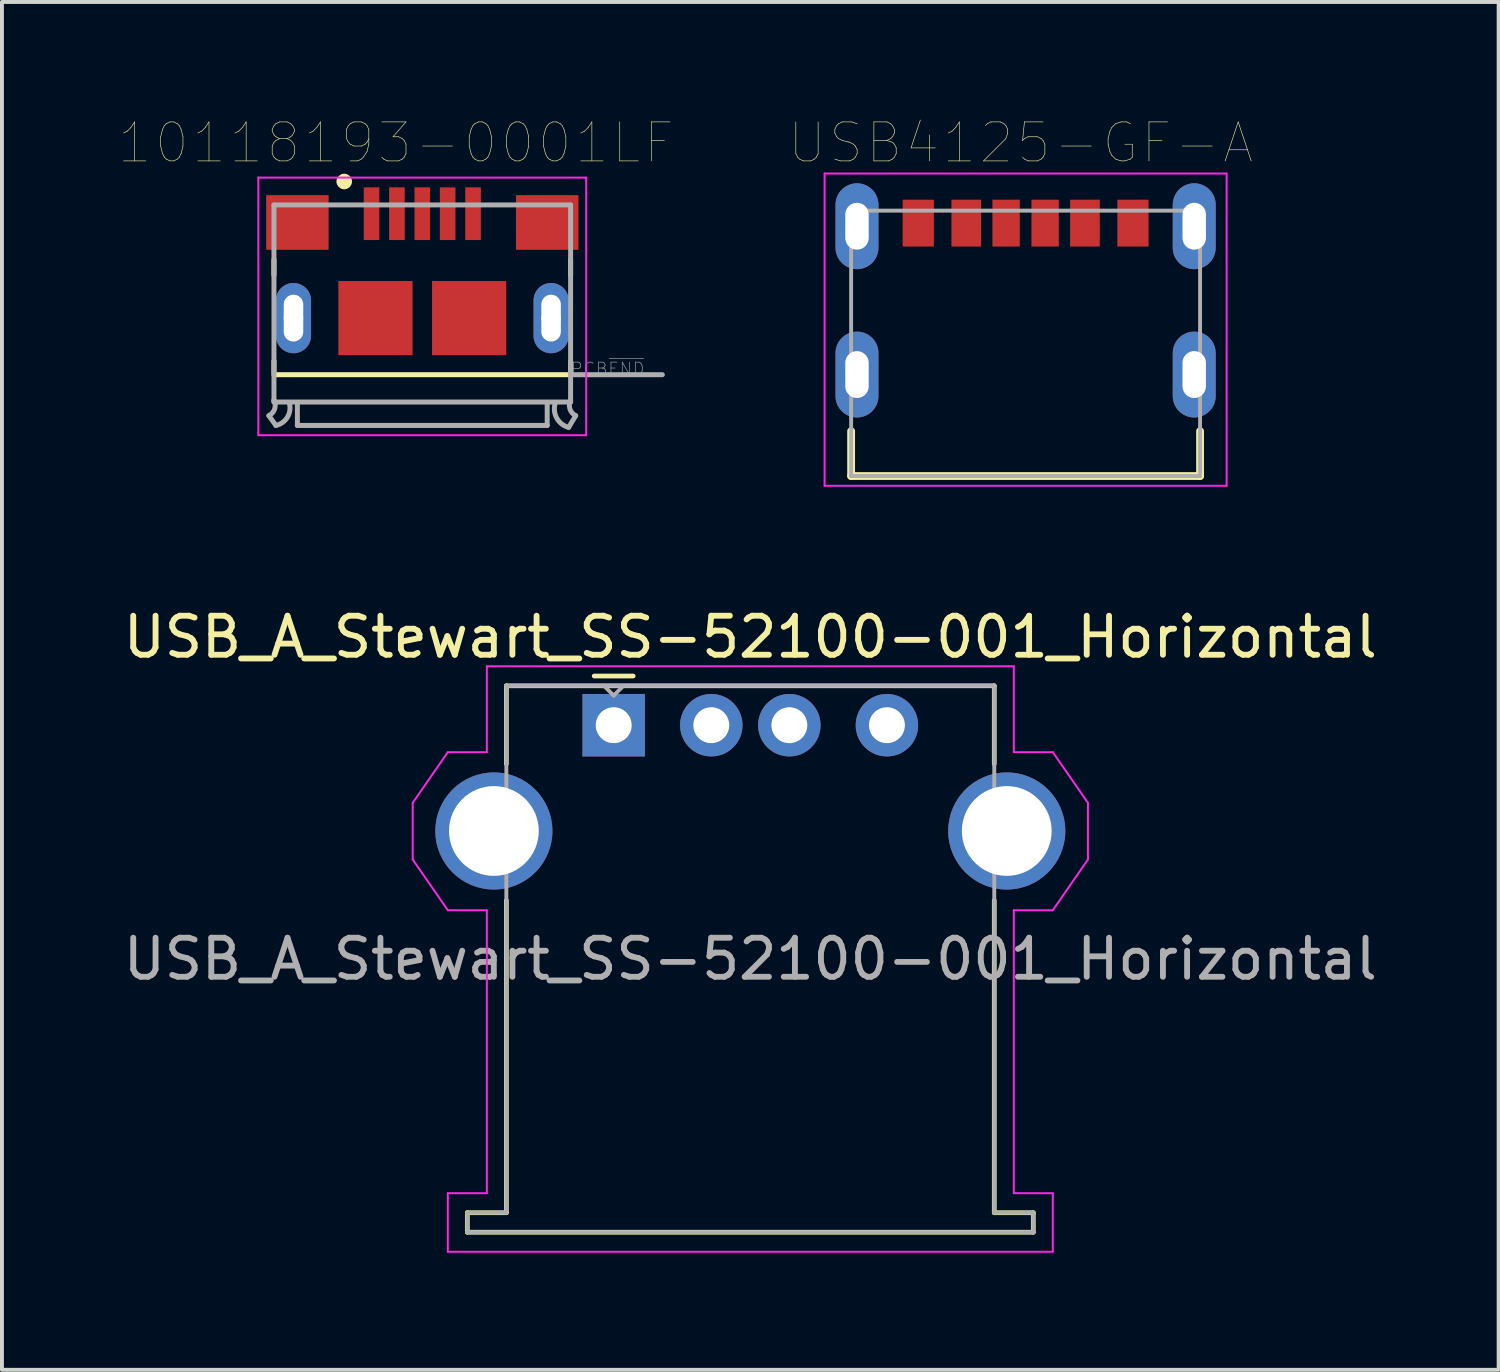
<source format=kicad_pcb>
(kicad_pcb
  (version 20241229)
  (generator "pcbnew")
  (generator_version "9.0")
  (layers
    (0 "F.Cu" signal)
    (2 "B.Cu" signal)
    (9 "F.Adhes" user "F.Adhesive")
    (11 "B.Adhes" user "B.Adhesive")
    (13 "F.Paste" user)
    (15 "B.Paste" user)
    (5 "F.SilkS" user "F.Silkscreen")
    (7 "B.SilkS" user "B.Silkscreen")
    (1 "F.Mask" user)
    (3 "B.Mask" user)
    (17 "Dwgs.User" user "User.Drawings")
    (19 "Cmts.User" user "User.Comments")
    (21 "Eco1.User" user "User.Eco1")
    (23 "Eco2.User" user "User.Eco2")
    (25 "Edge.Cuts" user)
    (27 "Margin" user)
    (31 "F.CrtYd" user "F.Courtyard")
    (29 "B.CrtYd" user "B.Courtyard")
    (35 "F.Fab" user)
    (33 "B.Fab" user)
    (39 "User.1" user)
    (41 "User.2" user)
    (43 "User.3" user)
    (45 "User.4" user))
  (footprint "USB_A_Stewart_SS-52100-001_Horizontal"
    (layer "F.Cu")
    (at 12.673 15.53)
    (property "Reference" "USB_A_Stewart_SS-52100-001_Horizontal" (at 3.5 -2.26 0) (layer "F.SilkS") (effects (font (size 1 1) (thickness 0.15))))
    (attr through_hole)
    (fp_line (start -3.75 12.49) (end -3.75 12.99) (stroke (width 0.12) (type solid)) (layer "F.SilkS"))
    (fp_line (start -3.75 12.99) (end 10.75 12.99) (stroke (width 0.12) (type solid)) (layer "F.SilkS"))
    (fp_line (start -2.75 -1.01) (end -2.75 0.99) (stroke (width 0.12) (type solid)) (layer "F.SilkS"))
    (fp_line (start -2.75 4.49) (end -2.75 12.49) (stroke (width 0.12) (type solid)) (layer "F.SilkS"))
    (fp_line (start -2.75 12.49) (end -3.75 12.49) (stroke (width 0.12) (type solid)) (layer "F.SilkS"))
    (fp_line (start -0.5 -1.26) (end 0.5 -1.26) (stroke (width 0.12) (type solid)) (layer "F.SilkS"))
    (fp_line (start 9.75 -1.01) (end -2.75 -1.01) (stroke (width 0.12) (type solid)) (layer "F.SilkS"))
    (fp_line (start 9.75 0.99) (end 9.75 -1.01) (stroke (width 0.12) (type solid)) (layer "F.SilkS"))
    (fp_line (start 9.75 12.49) (end 9.75 4.49) (stroke (width 0.12) (type solid)) (layer "F.SilkS"))
    (fp_line (start 10.75 12.49) (end 9.75 12.49) (stroke (width 0.12) (type solid)) (layer "F.SilkS"))
    (fp_line (start 10.75 12.99) (end 10.75 12.49) (stroke (width 0.12) (type solid)) (layer "F.SilkS"))
    (fp_line (start -5.15 1.99) (end -4.25 0.69) (stroke (width 0.05) (type solid)) (layer "F.CrtYd"))
    (fp_line (start -5.15 3.44) (end -5.15 1.99) (stroke (width 0.05) (type solid)) (layer "F.CrtYd"))
    (fp_line (start -5.15 3.44) (end -4.25 4.74) (stroke (width 0.05) (type solid)) (layer "F.CrtYd"))
    (fp_line (start -4.25 11.99) (end -4.25 13.49) (stroke (width 0.05) (type solid)) (layer "F.CrtYd"))
    (fp_line (start -4.25 13.49) (end 11.25 13.49) (stroke (width 0.05) (type solid)) (layer "F.CrtYd"))
    (fp_line (start -3.25 0.69) (end -4.25 0.69) (stroke (width 0.05) (type solid)) (layer "F.CrtYd"))
    (fp_line (start -3.25 0.69) (end -3.25 -1.51) (stroke (width 0.05) (type solid)) (layer "F.CrtYd"))
    (fp_line (start -3.25 4.74) (end -4.25 4.74) (stroke (width 0.05) (type solid)) (layer "F.CrtYd"))
    (fp_line (start -3.25 4.74) (end -3.25 11.99) (stroke (width 0.05) (type solid)) (layer "F.CrtYd"))
    (fp_line (start -3.25 11.99) (end -4.25 11.99) (stroke (width 0.05) (type solid)) (layer "F.CrtYd"))
    (fp_line (start 10.25 -1.51) (end -3.25 -1.51) (stroke (width 0.05) (type solid)) (layer "F.CrtYd"))
    (fp_line (start 10.25 0.69) (end 10.25 -1.51) (stroke (width 0.05) (type solid)) (layer "F.CrtYd"))
    (fp_line (start 10.25 0.69) (end 11.25 0.69) (stroke (width 0.05) (type solid)) (layer "F.CrtYd"))
    (fp_line (start 10.25 4.74) (end 11.25 4.74) (stroke (width 0.05) (type solid)) (layer "F.CrtYd"))
    (fp_line (start 10.25 11.99) (end 10.25 4.74) (stroke (width 0.05) (type solid)) (layer "F.CrtYd"))
    (fp_line (start 11.25 11.99) (end 10.25 11.99) (stroke (width 0.05) (type solid)) (layer "F.CrtYd"))
    (fp_line (start 11.25 13.49) (end 11.25 11.99) (stroke (width 0.05) (type solid)) (layer "F.CrtYd"))
    (fp_line (start 12.15 1.99) (end 11.25 0.69) (stroke (width 0.05) (type solid)) (layer "F.CrtYd"))
    (fp_line (start 12.15 1.99) (end 12.15 3.44) (stroke (width 0.05) (type solid)) (layer "F.CrtYd"))
    (fp_line (start 12.15 3.44) (end 11.25 4.74) (stroke (width 0.05) (type solid)) (layer "F.CrtYd"))
    (fp_line (start -3.75 12.49) (end -2.75 12.49) (stroke (width 0.1) (type solid)) (layer "F.Fab"))
    (fp_line (start -3.75 12.99) (end -3.75 12.49) (stroke (width 0.1) (type solid)) (layer "F.Fab"))
    (fp_line (start -3.75 12.99) (end 10.75 12.99) (stroke (width 0.1) (type solid)) (layer "F.Fab"))
    (fp_line (start -2.75 -1.01) (end 9.75 -1.01) (stroke (width 0.1) (type solid)) (layer "F.Fab"))
    (fp_line (start -2.75 12.49) (end -2.75 -1.01) (stroke (width 0.1) (type solid)) (layer "F.Fab"))
    (fp_line (start -0.25 -1.01) (end 0 -0.76) (stroke (width 0.1) (type solid)) (layer "F.Fab"))
    (fp_line (start 0 -0.76) (end 0.25 -1.01) (stroke (width 0.1) (type solid)) (layer "F.Fab"))
    (fp_line (start 9.75 12.49) (end 9.75 -1.01) (stroke (width 0.1) (type solid)) (layer "F.Fab"))
    (fp_line (start 9.75 12.49) (end 10.75 12.49) (stroke (width 0.1) (type solid)) (layer "F.Fab"))
    (fp_line (start 10.75 12.49) (end 10.75 12.99) (stroke (width 0.1) (type solid)) (layer "F.Fab"))
    (fp_text user "${REFERENCE}" (at 3.5 5.99 0) (layer "F.Fab") (effects (font (size 1 1) (thickness 0.15))))
    (pad "1" thru_hole rect (at 0 0) (size 1.6 1.6) (drill 0.92) (layers "*.Cu" "*.Mask"))
    (pad "2" thru_hole circle (at 2.5 0) (size 1.6 1.6) (drill 0.92) (layers "*.Cu" "*.Mask"))
    (pad "3" thru_hole circle (at 4.5 0) (size 1.6 1.6) (drill 0.92) (layers "*.Cu" "*.Mask"))
    (pad "4" thru_hole circle (at 7 0) (size 1.6 1.6) (drill 0.92) (layers "*.Cu" "*.Mask"))
    (pad "5" thru_hole circle (at -3.07 2.71) (size 3 3) (drill 2.3) (layers "*.Cu" "*.Mask"))
    (pad "5" thru_hole circle (at 10.07 2.71) (size 3 3) (drill 2.3) (layers "*.Cu" "*.Mask")))
  (footprint "10118193-0001LF"
    (layer "F.Cu")
    (at 7.769 5.1)
    (property "Reference" "10118193-0001LF" (at -0.679 -4.489 0) (layer "F.SilkS") (effects (font (size 1 1) (thickness 0.015))))
    (attr smd)
    (fp_line (start -3.8 -1.5) (end -3.8 -1.1) (stroke (width 0.127) (type solid)) (layer "F.SilkS"))
    (fp_line (start -3.8 1.1) (end -3.8 1.4) (stroke (width 0.127) (type solid)) (layer "F.SilkS"))
    (fp_line (start -3.8 1.45) (end 3.8 1.45) (stroke (width 0.127) (type solid)) (layer "F.SilkS"))
    (fp_line (start 3.8 -1.1) (end 3.8 -1.5) (stroke (width 0.127) (type solid)) (layer "F.SilkS"))
    (fp_line (start 3.8 1.1) (end 3.8 1.4) (stroke (width 0.127) (type solid)) (layer "F.SilkS"))
    (fp_circle (center -2 -3.5) (end -1.9 -3.5) (stroke (width 0.2) (type solid)) (fill no) (layer "F.SilkS"))
    (fp_line (start -4.2 -3.6) (end -4.2 3) (stroke (width 0.05) (type solid)) (layer "F.CrtYd"))
    (fp_line (start -4.2 3) (end 4.2 3) (stroke (width 0.05) (type solid)) (layer "F.CrtYd"))
    (fp_line (start 4.2 -3.6) (end -4.2 -3.6) (stroke (width 0.05) (type solid)) (layer "F.CrtYd"))
    (fp_line (start 4.2 3) (end 4.2 -3.6) (stroke (width 0.05) (type solid)) (layer "F.CrtYd"))
    (fp_line (start -3.93 2.5) (end -3.75 2.75) (stroke (width 0.127) (type solid)) (layer "F.Fab"))
    (fp_line (start -3.8 -2.9) (end 3.8 -2.9) (stroke (width 0.127) (type solid)) (layer "F.Fab"))
    (fp_line (start -3.8 2.1) (end -3.8 -2.9) (stroke (width 0.127) (type solid)) (layer "F.Fab"))
    (fp_line (start -3.8 2.15) (end -3.8 2.1) (stroke (width 0.127) (type solid)) (layer "F.Fab"))
    (fp_line (start -3.2 2.2) (end -3.2 2.75) (stroke (width 0.127) (type solid)) (layer "F.Fab"))
    (fp_line (start -3.2 2.75) (end 3.2 2.75) (stroke (width 0.127) (type solid)) (layer "F.Fab"))
    (fp_line (start 3.2 2.75) (end 3.2 2.2) (stroke (width 0.127) (type solid)) (layer "F.Fab"))
    (fp_line (start 3.8 -2.9) (end 3.8 1.45) (stroke (width 0.127) (type solid)) (layer "F.Fab"))
    (fp_line (start 3.8 1.45) (end 3.8 2.15) (stroke (width 0.127) (type solid)) (layer "F.Fab"))
    (fp_line (start 3.8 1.45) (end 6.15 1.45) (stroke (width 0.127) (type solid)) (layer "F.Fab"))
    (fp_line (start 3.8 2.15) (end -3.8 2.15) (stroke (width 0.127) (type solid)) (layer "F.Fab"))
    (fp_line (start 3.93 2.5) (end 3.75 2.8) (stroke (width 0.127) (type solid)) (layer "F.Fab"))
    (fp_arc (start -3.8 2.1) (mid -3.782157 2.326924) (end -3.93 2.5) (stroke (width 0.127) (type solid)) (layer "F.Fab"))
    (fp_arc (start -3.4 2.2) (mid -3.461091 2.547487) (end -3.75 2.75) (stroke (width 0.127) (type solid)) (layer "F.Fab"))
    (fp_arc (start 3.75 2.8) (mid 3.450736 2.572487) (end 3.4 2.2) (stroke (width 0.127) (type solid)) (layer "F.Fab"))
    (fp_arc (start 3.93 2.5) (mid 3.782157 2.326924) (end 3.8 2.1) (stroke (width 0.127) (type solid)) (layer "F.Fab"))
    (fp_text user "PCB~{END}" (at 4.75 1.3 0) (layer "F.Fab") (effects (font (size 0.32 0.32) (thickness 0.015))))
    (pad "" np_thru_hole circle (at -3.3 0) (size 0.5 0.5) (drill 0.5) (layers "*.Cu" "*.Mask"))
    (pad "" np_thru_hole circle (at 3.3 0) (size 0.5 0.5) (drill 0.5) (layers "*.Cu" "*.Mask"))
    (pad "1" smd rect (at -1.3 -2.675) (size 0.4 1.35) (layers "F.Cu" "F.Mask" "F.Paste"))
    (pad "2" smd rect (at -0.65 -2.675) (size 0.4 1.35) (layers "F.Cu" "F.Mask" "F.Paste"))
    (pad "3" smd rect (at 0 -2.675) (size 0.4 1.35) (layers "F.Cu" "F.Mask" "F.Paste"))
    (pad "4" smd rect (at 0.65 -2.675) (size 0.4 1.35) (layers "F.Cu" "F.Mask" "F.Paste"))
    (pad "5" smd rect (at 1.3 -2.675) (size 0.4 1.35) (layers "F.Cu" "F.Mask" "F.Paste"))
    (pad "6" smd rect (at -3.2 -2.45) (size 1.6 1.4) (layers "F.Cu" "F.Mask" "F.Paste"))
    (pad "6" smd rect (at -1.2 0) (size 1.9 1.9) (layers "F.Cu" "F.Mask" "F.Paste"))
    (pad "6" smd rect (at 1.2 0) (size 1.9 1.9) (layers "F.Cu" "F.Mask" "F.Paste"))
    (pad "6" smd rect (at 3.2 -2.45) (size 1.6 1.4) (layers "F.Cu" "F.Mask" "F.Paste"))
    (pad "SH" thru_hole oval (at -3.3 0) (size 0.9 1.8) (drill oval 0.5 1.2) (layers "*.Cu" "*.Mask"))
    (pad "SH" thru_hole oval (at 3.3 0) (size 0.9 1.8) (drill oval 0.5 1.2) (layers "*.Cu" "*.Mask")))
  (footprint "USB4125-GF-A"
    (layer "F.Cu")
    (at 23.226 2.746)
    (property "Reference" "USB4125-GF-A" (at -0.125 -2.135 0) (layer "F.SilkS") (effects (font (size 1 1) (thickness 0.015))))
    (attr smd)
    (fp_line (start -4.47 5.25) (end -4.47 6.4) (stroke (width 0.2) (type solid)) (layer "F.SilkS"))
    (fp_line (start -4.47 6.4) (end 4.47 6.4) (stroke (width 0.2) (type solid)) (layer "F.SilkS"))
    (fp_line (start 4.47 6.4) (end 4.47 5.25) (stroke (width 0.2) (type solid)) (layer "F.SilkS"))
    (fp_line (start -5.15 -1.35) (end 5.15 -1.35) (stroke (width 0.05) (type solid)) (layer "F.CrtYd"))
    (fp_line (start -5.15 6.65) (end -5.15 -1.35) (stroke (width 0.05) (type solid)) (layer "F.CrtYd"))
    (fp_line (start 5.15 -1.35) (end 5.15 6.65) (stroke (width 0.05) (type solid)) (layer "F.CrtYd"))
    (fp_line (start 5.15 6.65) (end -5.15 6.65) (stroke (width 0.05) (type solid)) (layer "F.CrtYd"))
    (fp_line (start -4.47 -0.4) (end 4.47 -0.4) (stroke (width 0.1) (type solid)) (layer "F.Fab"))
    (fp_line (start -4.47 6.4) (end -4.47 -0.4) (stroke (width 0.1) (type solid)) (layer "F.Fab"))
    (fp_line (start 4.47 -0.4) (end 4.47 6.4) (stroke (width 0.1) (type solid)) (layer "F.Fab"))
    (fp_line (start 4.47 6.4) (end -4.47 6.4) (stroke (width 0.1) (type solid)) (layer "F.Fab"))
    (pad "A5" smd rect (at -0.5 -0.08) (size 0.7 1.2) (layers "F.Cu" "F.Mask" "F.Paste"))
    (pad "A9" smd rect (at 1.52 -0.08) (size 0.76 1.2) (layers "F.Cu" "F.Mask" "F.Paste"))
    (pad "A12" smd rect (at 2.75 -0.08) (size 0.8 1.2) (layers "F.Cu" "F.Mask" "F.Paste"))
    (pad "B5" smd rect (at 0.5 -0.08) (size 0.7 1.2) (layers "F.Cu" "F.Mask" "F.Paste"))
    (pad "B9" smd rect (at -1.52 -0.08) (size 0.76 1.2) (layers "F.Cu" "F.Mask" "F.Paste"))
    (pad "B12" smd rect (at -2.75 -0.08) (size 0.8 1.2) (layers "F.Cu" "F.Mask" "F.Paste"))
    (pad "SH" thru_hole oval (at -4.32 0) (size 1.1 2.2) (drill oval 0.6 1.2) (layers "*.Cu" "*.Mask"))
    (pad "SH" thru_hole oval (at -4.32 3.8) (size 1.1 2.2) (drill oval 0.6 1.2) (layers "*.Cu" "*.Mask"))
    (pad "SH" thru_hole oval (at 4.32 0) (size 1.1 2.2) (drill oval 0.6 1.2) (layers "*.Cu" "*.Mask"))
    (pad "SH" thru_hole oval (at 4.32 3.8) (size 1.1 2.2) (drill oval 0.6 1.2) (layers "*.Cu" "*.Mask")))
  (gr_rect
    (start -3 -3)
    (end 35.345 32.045)
    (stroke (width 0.1) (type default))
    (fill no)
    (layer "Edge.Cuts")))
</source>
